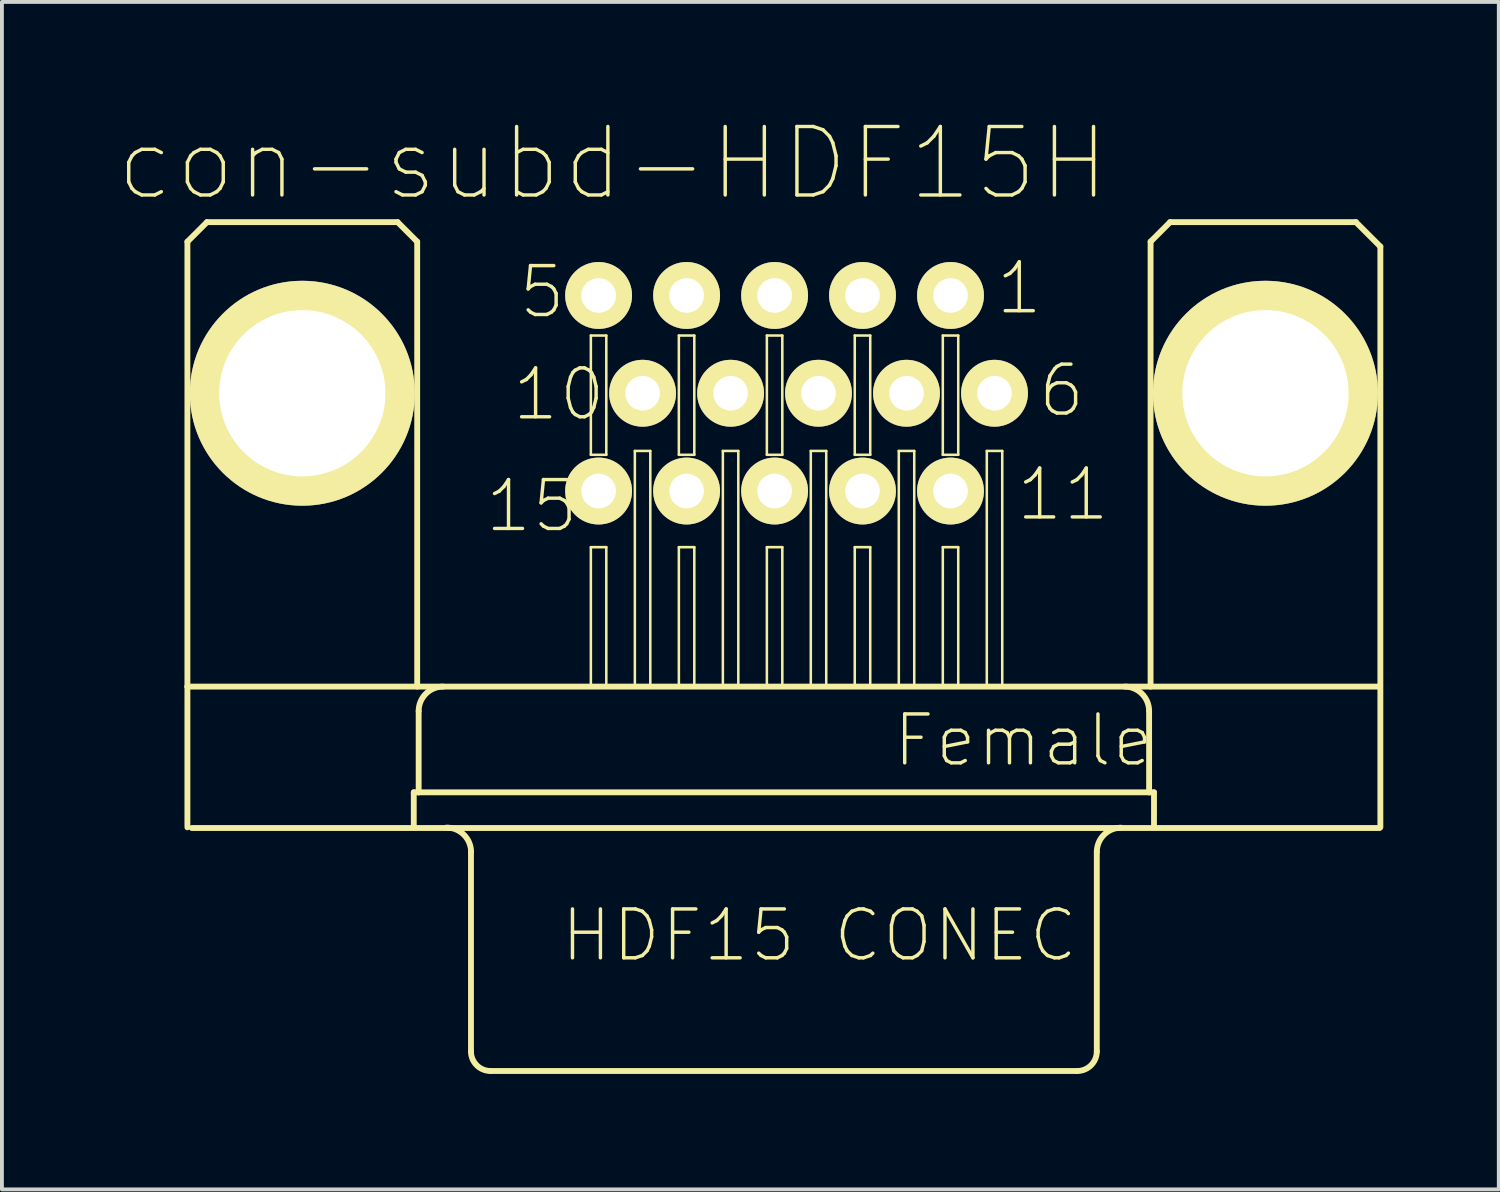
<source format=kicad_pcb>
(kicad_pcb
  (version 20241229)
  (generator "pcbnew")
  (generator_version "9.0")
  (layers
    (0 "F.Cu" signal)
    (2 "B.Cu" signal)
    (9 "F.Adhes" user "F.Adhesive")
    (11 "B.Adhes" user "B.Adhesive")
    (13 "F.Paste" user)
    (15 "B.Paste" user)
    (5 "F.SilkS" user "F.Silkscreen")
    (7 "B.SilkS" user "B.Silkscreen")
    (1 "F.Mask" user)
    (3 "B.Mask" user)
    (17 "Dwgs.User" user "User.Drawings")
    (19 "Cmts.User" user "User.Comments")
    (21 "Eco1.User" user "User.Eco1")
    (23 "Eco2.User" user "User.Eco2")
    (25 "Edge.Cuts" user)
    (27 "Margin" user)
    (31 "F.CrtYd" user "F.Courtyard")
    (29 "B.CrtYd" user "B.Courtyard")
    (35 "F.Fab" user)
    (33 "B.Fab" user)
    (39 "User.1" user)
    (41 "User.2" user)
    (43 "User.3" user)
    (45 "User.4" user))
  (footprint "con-subd-HDF15H"
    (layer "F.Cu")
    (at 17.312 7.165)
    (property "Reference" "con-subd-HDF15H" (at -4.445 -5.969 0) (layer "F.SilkS") (effects (font (size 1.778 1.778) (thickness 0.089))))
    (attr exclude_from_pos_files exclude_from_bom)
    (fp_line (start -15.494 -3.937) (end -15.494 7.62) (stroke (width 0.152) (type solid)) (layer "F.SilkS"))
    (fp_line (start -15.494 11.275) (end -15.494 7.62) (stroke (width 0.152) (type solid)) (layer "F.SilkS"))
    (fp_line (start -14.986 -4.445) (end -15.494 -3.937) (stroke (width 0.152) (type solid)) (layer "F.SilkS"))
    (fp_line (start -13.998 0) (end -10.998 0) (stroke (width 0.127) (type solid)) (layer "F.SilkS"))
    (fp_line (start -12.499 1.499) (end -12.499 -1.499) (stroke (width 0.127) (type solid)) (layer "F.SilkS"))
    (fp_line (start -10.033 -4.445) (end -14.986 -4.445) (stroke (width 0.152) (type solid)) (layer "F.SilkS"))
    (fp_line (start -9.614 10.366) (end -9.614 11.275) (stroke (width 0.152) (type solid)) (layer "F.SilkS"))
    (fp_line (start -9.525 -3.937) (end -10.033 -4.445) (stroke (width 0.152) (type solid)) (layer "F.SilkS"))
    (fp_line (start -9.525 -3.937) (end -9.525 7.62) (stroke (width 0.152) (type solid)) (layer "F.SilkS"))
    (fp_line (start -9.487 8.255) (end -9.487 10.366) (stroke (width 0.152) (type solid)) (layer "F.SilkS"))
    (fp_line (start -9.487 10.366) (end -9.614 10.366) (stroke (width 0.152) (type solid)) (layer "F.SilkS"))
    (fp_line (start -8.128 11.918) (end -8.128 17.097) (stroke (width 0.152) (type solid)) (layer "F.SilkS"))
    (fp_line (start -5.014 -1.499) (end -4.613 -1.499) (stroke (width 0.066) (type solid)) (layer "F.SilkS"))
    (fp_line (start -5.014 1.598) (end -5.014 -1.499) (stroke (width 0.066) (type solid)) (layer "F.SilkS"))
    (fp_line (start -5.014 1.598) (end -4.613 1.598) (stroke (width 0.066) (type solid)) (layer "F.SilkS"))
    (fp_line (start -5.014 3.998) (end -4.613 3.998) (stroke (width 0.066) (type solid)) (layer "F.SilkS"))
    (fp_line (start -5.014 7.6) (end -5.014 3.998) (stroke (width 0.066) (type solid)) (layer "F.SilkS"))
    (fp_line (start -5.014 7.6) (end -4.613 7.6) (stroke (width 0.066) (type solid)) (layer "F.SilkS"))
    (fp_line (start -4.613 1.598) (end -4.613 -1.499) (stroke (width 0.066) (type solid)) (layer "F.SilkS"))
    (fp_line (start -4.613 7.6) (end -4.613 3.998) (stroke (width 0.066) (type solid)) (layer "F.SilkS"))
    (fp_line (start -3.871 1.499) (end -3.47 1.499) (stroke (width 0.066) (type solid)) (layer "F.SilkS"))
    (fp_line (start -3.871 7.6) (end -3.871 1.499) (stroke (width 0.066) (type solid)) (layer "F.SilkS"))
    (fp_line (start -3.871 7.6) (end -3.47 7.6) (stroke (width 0.066) (type solid)) (layer "F.SilkS"))
    (fp_line (start -3.47 7.6) (end -3.47 1.499) (stroke (width 0.066) (type solid)) (layer "F.SilkS"))
    (fp_line (start -2.728 -1.499) (end -2.327 -1.499) (stroke (width 0.066) (type solid)) (layer "F.SilkS"))
    (fp_line (start -2.728 1.598) (end -2.728 -1.499) (stroke (width 0.066) (type solid)) (layer "F.SilkS"))
    (fp_line (start -2.728 1.598) (end -2.327 1.598) (stroke (width 0.066) (type solid)) (layer "F.SilkS"))
    (fp_line (start -2.728 3.998) (end -2.327 3.998) (stroke (width 0.066) (type solid)) (layer "F.SilkS"))
    (fp_line (start -2.728 7.6) (end -2.728 3.998) (stroke (width 0.066) (type solid)) (layer "F.SilkS"))
    (fp_line (start -2.728 7.6) (end -2.327 7.6) (stroke (width 0.066) (type solid)) (layer "F.SilkS"))
    (fp_line (start -2.327 1.598) (end -2.327 -1.499) (stroke (width 0.066) (type solid)) (layer "F.SilkS"))
    (fp_line (start -2.327 7.6) (end -2.327 3.998) (stroke (width 0.066) (type solid)) (layer "F.SilkS"))
    (fp_line (start -1.585 1.499) (end -1.184 1.499) (stroke (width 0.066) (type solid)) (layer "F.SilkS"))
    (fp_line (start -1.585 7.6) (end -1.585 1.499) (stroke (width 0.066) (type solid)) (layer "F.SilkS"))
    (fp_line (start -1.585 7.6) (end -1.184 7.6) (stroke (width 0.066) (type solid)) (layer "F.SilkS"))
    (fp_line (start -1.184 7.6) (end -1.184 1.499) (stroke (width 0.066) (type solid)) (layer "F.SilkS"))
    (fp_line (start -0.442 -1.499) (end -0.041 -1.499) (stroke (width 0.066) (type solid)) (layer "F.SilkS"))
    (fp_line (start -0.442 1.598) (end -0.442 -1.499) (stroke (width 0.066) (type solid)) (layer "F.SilkS"))
    (fp_line (start -0.442 1.598) (end -0.041 1.598) (stroke (width 0.066) (type solid)) (layer "F.SilkS"))
    (fp_line (start -0.442 3.998) (end -0.041 3.998) (stroke (width 0.066) (type solid)) (layer "F.SilkS"))
    (fp_line (start -0.442 7.6) (end -0.442 3.998) (stroke (width 0.066) (type solid)) (layer "F.SilkS"))
    (fp_line (start -0.442 7.6) (end -0.041 7.6) (stroke (width 0.066) (type solid)) (layer "F.SilkS"))
    (fp_line (start -0.041 1.598) (end -0.041 -1.499) (stroke (width 0.066) (type solid)) (layer "F.SilkS"))
    (fp_line (start -0.041 7.6) (end -0.041 3.998) (stroke (width 0.066) (type solid)) (layer "F.SilkS"))
    (fp_line (start 0.699 1.499) (end 1.1 1.499) (stroke (width 0.066) (type solid)) (layer "F.SilkS"))
    (fp_line (start 0.699 7.6) (end 0.699 1.499) (stroke (width 0.066) (type solid)) (layer "F.SilkS"))
    (fp_line (start 0.699 7.6) (end 1.1 7.6) (stroke (width 0.066) (type solid)) (layer "F.SilkS"))
    (fp_line (start 1.1 7.6) (end 1.1 1.499) (stroke (width 0.066) (type solid)) (layer "F.SilkS"))
    (fp_line (start 1.841 -1.499) (end 2.243 -1.499) (stroke (width 0.066) (type solid)) (layer "F.SilkS"))
    (fp_line (start 1.841 1.598) (end 1.841 -1.499) (stroke (width 0.066) (type solid)) (layer "F.SilkS"))
    (fp_line (start 1.841 1.598) (end 2.243 1.598) (stroke (width 0.066) (type solid)) (layer "F.SilkS"))
    (fp_line (start 1.841 3.998) (end 2.243 3.998) (stroke (width 0.066) (type solid)) (layer "F.SilkS"))
    (fp_line (start 1.841 7.6) (end 1.841 3.998) (stroke (width 0.066) (type solid)) (layer "F.SilkS"))
    (fp_line (start 1.841 7.6) (end 2.243 7.6) (stroke (width 0.066) (type solid)) (layer "F.SilkS"))
    (fp_line (start 2.243 1.598) (end 2.243 -1.499) (stroke (width 0.066) (type solid)) (layer "F.SilkS"))
    (fp_line (start 2.243 7.6) (end 2.243 3.998) (stroke (width 0.066) (type solid)) (layer "F.SilkS"))
    (fp_line (start 2.985 1.499) (end 3.386 1.499) (stroke (width 0.066) (type solid)) (layer "F.SilkS"))
    (fp_line (start 2.985 7.6) (end 2.985 1.499) (stroke (width 0.066) (type solid)) (layer "F.SilkS"))
    (fp_line (start 2.985 7.6) (end 3.386 7.6) (stroke (width 0.066) (type solid)) (layer "F.SilkS"))
    (fp_line (start 3.386 7.6) (end 3.386 1.499) (stroke (width 0.066) (type solid)) (layer "F.SilkS"))
    (fp_line (start 4.128 -1.499) (end 4.529 -1.499) (stroke (width 0.066) (type solid)) (layer "F.SilkS"))
    (fp_line (start 4.128 1.598) (end 4.128 -1.499) (stroke (width 0.066) (type solid)) (layer "F.SilkS"))
    (fp_line (start 4.128 1.598) (end 4.529 1.598) (stroke (width 0.066) (type solid)) (layer "F.SilkS"))
    (fp_line (start 4.128 3.998) (end 4.529 3.998) (stroke (width 0.066) (type solid)) (layer "F.SilkS"))
    (fp_line (start 4.128 7.6) (end 4.128 3.998) (stroke (width 0.066) (type solid)) (layer "F.SilkS"))
    (fp_line (start 4.128 7.6) (end 4.529 7.6) (stroke (width 0.066) (type solid)) (layer "F.SilkS"))
    (fp_line (start 4.529 1.598) (end 4.529 -1.499) (stroke (width 0.066) (type solid)) (layer "F.SilkS"))
    (fp_line (start 4.529 7.6) (end 4.529 3.998) (stroke (width 0.066) (type solid)) (layer "F.SilkS"))
    (fp_line (start 5.271 1.499) (end 5.672 1.499) (stroke (width 0.066) (type solid)) (layer "F.SilkS"))
    (fp_line (start 5.271 7.6) (end 5.271 1.499) (stroke (width 0.066) (type solid)) (layer "F.SilkS"))
    (fp_line (start 5.271 7.6) (end 5.672 7.6) (stroke (width 0.066) (type solid)) (layer "F.SilkS"))
    (fp_line (start 5.672 7.6) (end 5.672 1.499) (stroke (width 0.066) (type solid)) (layer "F.SilkS"))
    (fp_line (start 7.62 17.605) (end -7.62 17.605) (stroke (width 0.152) (type solid)) (layer "F.SilkS"))
    (fp_line (start 8.128 11.918) (end 8.128 17.097) (stroke (width 0.152) (type solid)) (layer "F.SilkS"))
    (fp_line (start 9.487 8.255) (end 9.487 10.366) (stroke (width 0.152) (type solid)) (layer "F.SilkS"))
    (fp_line (start 9.487 10.366) (end -9.487 10.366) (stroke (width 0.152) (type solid)) (layer "F.SilkS"))
    (fp_line (start 9.525 -3.937) (end 9.525 7.62) (stroke (width 0.152) (type solid)) (layer "F.SilkS"))
    (fp_line (start 9.614 10.366) (end 9.487 10.366) (stroke (width 0.152) (type solid)) (layer "F.SilkS"))
    (fp_line (start 9.614 10.366) (end 9.614 11.275) (stroke (width 0.152) (type solid)) (layer "F.SilkS"))
    (fp_line (start 10.033 -4.445) (end 9.525 -3.937) (stroke (width 0.152) (type solid)) (layer "F.SilkS"))
    (fp_line (start 10.033 -4.445) (end 14.859 -4.445) (stroke (width 0.152) (type solid)) (layer "F.SilkS"))
    (fp_line (start 10.998 0) (end 13.998 0) (stroke (width 0.127) (type solid)) (layer "F.SilkS"))
    (fp_line (start 12.499 1.499) (end 12.499 -1.499) (stroke (width 0.127) (type solid)) (layer "F.SilkS"))
    (fp_line (start 14.859 -4.445) (end 15.494 -3.81) (stroke (width 0.152) (type solid)) (layer "F.SilkS"))
    (fp_line (start 15.474 7.62) (end -15.494 7.62) (stroke (width 0.152) (type solid)) (layer "F.SilkS"))
    (fp_line (start 15.474 11.293) (end -15.38 11.293) (stroke (width 0.152) (type solid)) (layer "F.SilkS"))
    (fp_line (start 15.494 -3.81) (end 15.494 11.275) (stroke (width 0.152) (type solid)) (layer "F.SilkS"))
    (fp_arc (start -9.4869 8.255) (mid -9.300913 7.805987) (end -8.8519 7.62) (stroke (width 0.1524) (type solid)) (layer "F.SilkS"))
    (fp_arc (start -8.76046 11.28268) (mid -8.311447 11.468667) (end -8.12546 11.91768) (stroke (width 0.1524) (type solid)) (layer "F.SilkS"))
    (fp_arc (start -7.62 17.60474) (mid -7.97921 17.45595) (end -8.128 17.09674) (stroke (width 0.1524) (type solid)) (layer "F.SilkS"))
    (fp_arc (start 8.128 11.91768) (mid 8.313243 11.470463) (end 8.76046 11.28522) (stroke (width 0.1524) (type solid)) (layer "F.SilkS"))
    (fp_arc (start 8.128 17.09674) (mid 7.97921 17.45595) (end 7.62 17.60474) (stroke (width 0.1524) (type solid)) (layer "F.SilkS"))
    (fp_arc (start 8.8519 7.62) (mid 9.300913 7.805987) (end 9.4869 8.255) (stroke (width 0.1524) (type solid)) (layer "F.SilkS"))
    (fp_circle (center -12.499 0) (end -13.833 1.333) (stroke (width 0.889) (type solid)) (fill no) (layer "F.SilkS"))
    (fp_circle (center -12.499 0) (end -13.833 1.333) (stroke (width 0.889) (type solid)) (fill no) (layer "F.SilkS"))
    (fp_circle (center -12.499 0) (end -13.325 0.826) (stroke (width 0.076) (type solid)) (fill no) (layer "F.SilkS"))
    (fp_circle (center -12.499 0) (end -13.249 0.749) (stroke (width 0.127) (type solid)) (fill no) (layer "F.SilkS"))
    (fp_circle (center 12.499 0) (end 13.249 0.749) (stroke (width 0.127) (type solid)) (fill no) (layer "F.SilkS"))
    (fp_circle (center 12.499 0) (end 13.325 0.826) (stroke (width 0.076) (type solid)) (fill no) (layer "F.SilkS"))
    (fp_circle (center 12.499 0) (end 13.833 1.333) (stroke (width 0.889) (type solid)) (fill no) (layer "F.SilkS"))
    (fp_circle (center 12.499 0) (end 13.833 1.333) (stroke (width 0.889) (type solid)) (fill no) (layer "F.SilkS"))
    (fp_text user "Female" (at 6.223 9.017 0) (layer "F.SilkS") (effects (font (size 1.27 1.27) (thickness 0.089))))
    (fp_text user "1" (at 6.114 -2.728 0) (layer "F.SilkS") (effects (font (size 1.27 1.27) (thickness 0.089))))
    (fp_text user "11" (at 7.249 2.629 0) (layer "F.SilkS") (effects (font (size 1.27 1.27) (thickness 0.089))))
    (fp_text user "5" (at -6.279 -2.629 0) (layer "F.SilkS") (effects (font (size 1.27 1.27) (thickness 0.089))))
    (fp_text user "6" (at 7.214 -0.069 0) (layer "F.SilkS") (effects (font (size 1.27 1.27) (thickness 0.089))))
    (fp_text user "HDF15 CONEC" (at 0.919 14.082 0) (layer "F.SilkS") (effects (font (size 1.27 1.27) (thickness 0.089))))
    (fp_text user "15" (at -6.548 2.929 0) (layer "F.SilkS") (effects (font (size 1.27 1.27) (thickness 0.089))))
    (fp_text user "10" (at -5.845 0.028 0) (layer "F.SilkS") (effects (font (size 1.27 1.27) (thickness 0.089))))
    (pad "1" thru_hole circle (at 4.328 -2.54) (size 1.737 1.737) (drill 0.899) (layers "*.Cu" "F.Mask" "F.SilkS" "F.Paste"))
    (pad "2" thru_hole circle (at 2.042 -2.54) (size 1.737 1.737) (drill 0.899) (layers "*.Cu" "F.Mask" "F.SilkS" "F.Paste"))
    (pad "3" thru_hole circle (at -0.241 -2.54) (size 1.737 1.737) (drill 0.899) (layers "*.Cu" "F.Mask" "F.SilkS" "F.Paste"))
    (pad "4" thru_hole circle (at -2.527 -2.54) (size 1.737 1.737) (drill 0.899) (layers "*.Cu" "F.Mask" "F.SilkS" "F.Paste"))
    (pad "5" thru_hole circle (at -4.813 -2.54) (size 1.737 1.737) (drill 0.899) (layers "*.Cu" "F.Mask" "F.SilkS" "F.Paste"))
    (pad "6" thru_hole circle (at 5.471 0) (size 1.737 1.737) (drill 0.899) (layers "*.Cu" "F.Mask" "F.SilkS" "F.Paste"))
    (pad "7" thru_hole circle (at 3.185 0) (size 1.737 1.737) (drill 0.899) (layers "*.Cu" "F.Mask" "F.SilkS" "F.Paste"))
    (pad "8" thru_hole circle (at 0.899 0) (size 1.737 1.737) (drill 0.899) (layers "*.Cu" "F.Mask" "F.SilkS" "F.Paste"))
    (pad "9" thru_hole circle (at -1.384 0) (size 1.737 1.737) (drill 0.899) (layers "*.Cu" "F.Mask" "F.SilkS" "F.Paste"))
    (pad "10" thru_hole circle (at -3.67 0) (size 1.737 1.737) (drill 0.899) (layers "*.Cu" "F.Mask" "F.SilkS" "F.Paste"))
    (pad "11" thru_hole circle (at 4.328 2.54) (size 1.737 1.737) (drill 0.899) (layers "*.Cu" "F.Mask" "F.SilkS" "F.Paste"))
    (pad "12" thru_hole circle (at 2.042 2.54) (size 1.737 1.737) (drill 0.899) (layers "*.Cu" "F.Mask" "F.SilkS" "F.Paste"))
    (pad "13" thru_hole circle (at -0.241 2.54) (size 1.737 1.737) (drill 0.899) (layers "*.Cu" "F.Mask" "F.SilkS" "F.Paste"))
    (pad "14" thru_hole circle (at -2.527 2.54) (size 1.737 1.737) (drill 0.899) (layers "*.Cu" "F.Mask" "F.SilkS" "F.Paste"))
    (pad "15" thru_hole circle (at -4.813 2.54) (size 1.737 1.737) (drill 0.899) (layers "*.Cu" "F.Mask" "F.SilkS" "F.Paste"))
    (pad "90" thru_hole circle (at 12.509 0) (size 5.842 5.842) (drill 4.318) (layers "*.Cu" "*.Mask" "F.SilkS"))
    (pad "91" thru_hole circle (at -12.509 0) (size 5.842 5.842) (drill 4.318) (layers "*.Cu" "*.Mask" "F.SilkS")))
  (gr_rect
    (start -3 -3)
    (end 35.882 27.846)
    (stroke (width 0.1) (type default))
    (fill no)
    (layer "Edge.Cuts")))
</source>
